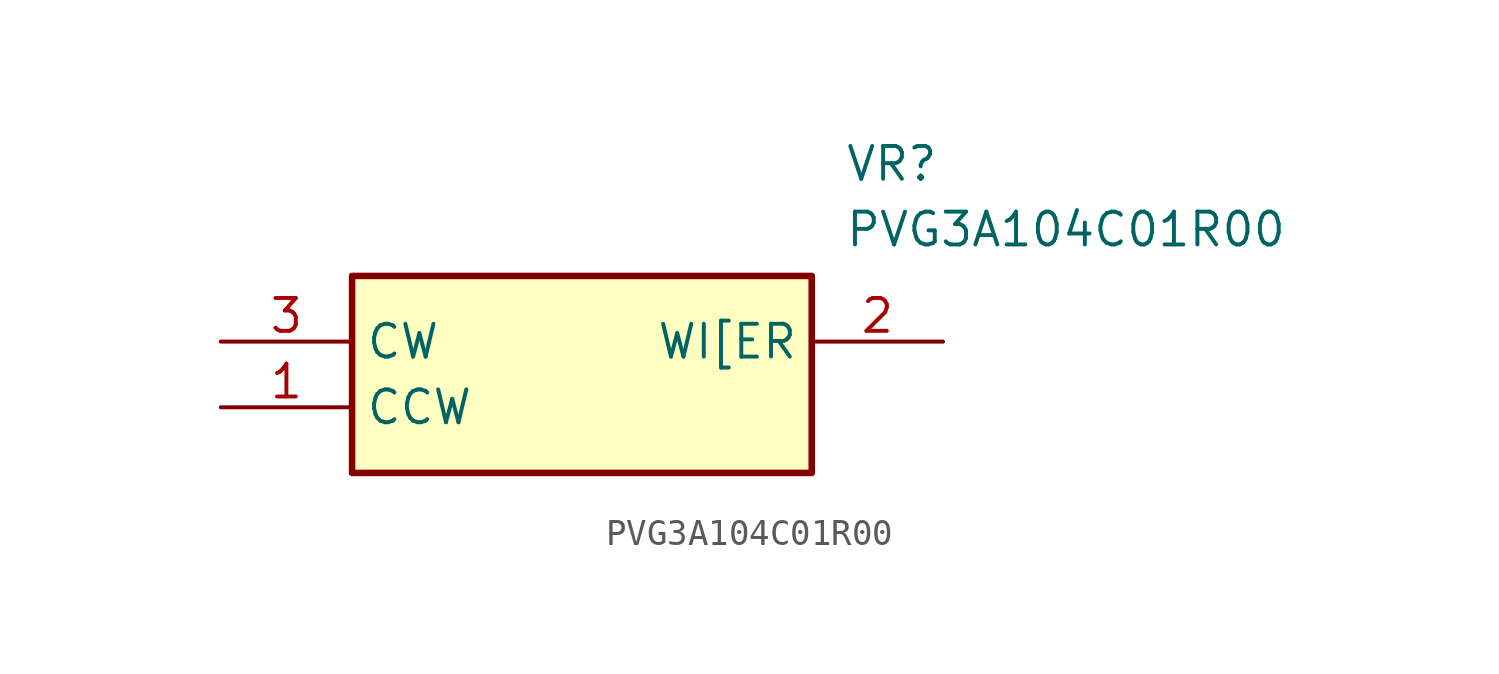
<source format=kicad_sym>
(kicad_symbol_lib
  (version 20211014)
  (generator SamacSys_ECAD_Model)
  (symbol "PVG3A104C01R00"
    (property "Reference" "VR"
      (at 24.13 7.62 0)
      (effects (font (size 1.27 1.27)) (justify left top)))
    (property "Value" "PVG3A104C01R00"
      (at 24.13 5.08 0)
      (effects (font (size 1.27 1.27)) (justify left top)))
    (rectangle
      (start 5.08 2.54)
      (end 22.86 -5.08)
      (stroke (width 0.254) (type default))
      (fill (type background)))
    (pin passive line
      (at 0 -2.54 0)
      (length 5.08)
      (name "CCW" (effects (font (size 1.27 1.27))))
      (number "1" (effects (font (size 1.27 1.27)))))
    (pin passive line
      (at 27.94 0 180)
      (length 5.08)
      (name "WI[ER" (effects (font (size 1.27 1.27))))
      (number "2" (effects (font (size 1.27 1.27)))))
    (pin passive line
      (at 0 0 0)
      (length 5.08)
      (name "CW" (effects (font (size 1.27 1.27))))
      (number "3" (effects (font (size 1.27 1.27)))))))
</source>
